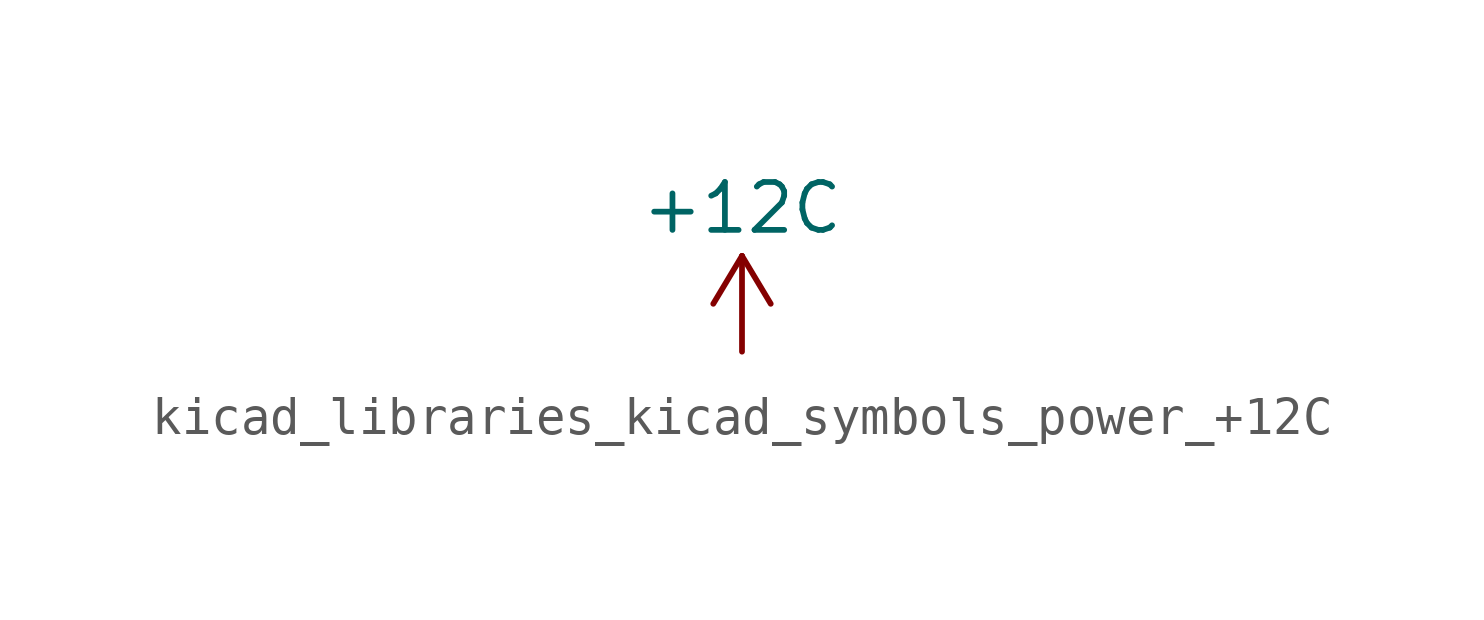
<source format=kicad_sym>
(kicad_symbol_lib
  (version 20220914)
  (generator kicad_symbol_editor)
  (symbol "kicad_libraries_kicad_symbols_power_+12C"
    (power)
    (pin_names
      (offset 0))
    (property "Reference" "#PWR"
      (at 0 -3.81 0)
      (effects (font (size 1.27 1.27)) hide))
    (property "Value" "+12C"
      (at 0 3.81 0)
      (effects (font (size 1.27 1.27))))
    (symbol "kicad_libraries_kicad_symbols_power_+12C_0_1"
      (polyline (pts (xy -0.762 1.27) (xy 0 2.54)) (stroke (width 0) (type default)) (fill (type none)))
      (polyline (pts (xy 0 0) (xy 0 2.54)) (stroke (width 0) (type default)) (fill (type none)))
      (polyline (pts (xy 0 2.54) (xy 0.762 1.27)) (stroke (width 0) (type default)) (fill (type none))))
    (symbol "kicad_libraries_kicad_symbols_power_+12C_1_1"
      (pin power_in line (at 0 0 90) (length 0) hide (name "+12C" (effects (font (size 1.27 1.27)))) (number "1" (effects (font (size 1.27 1.27))))))))
</source>
